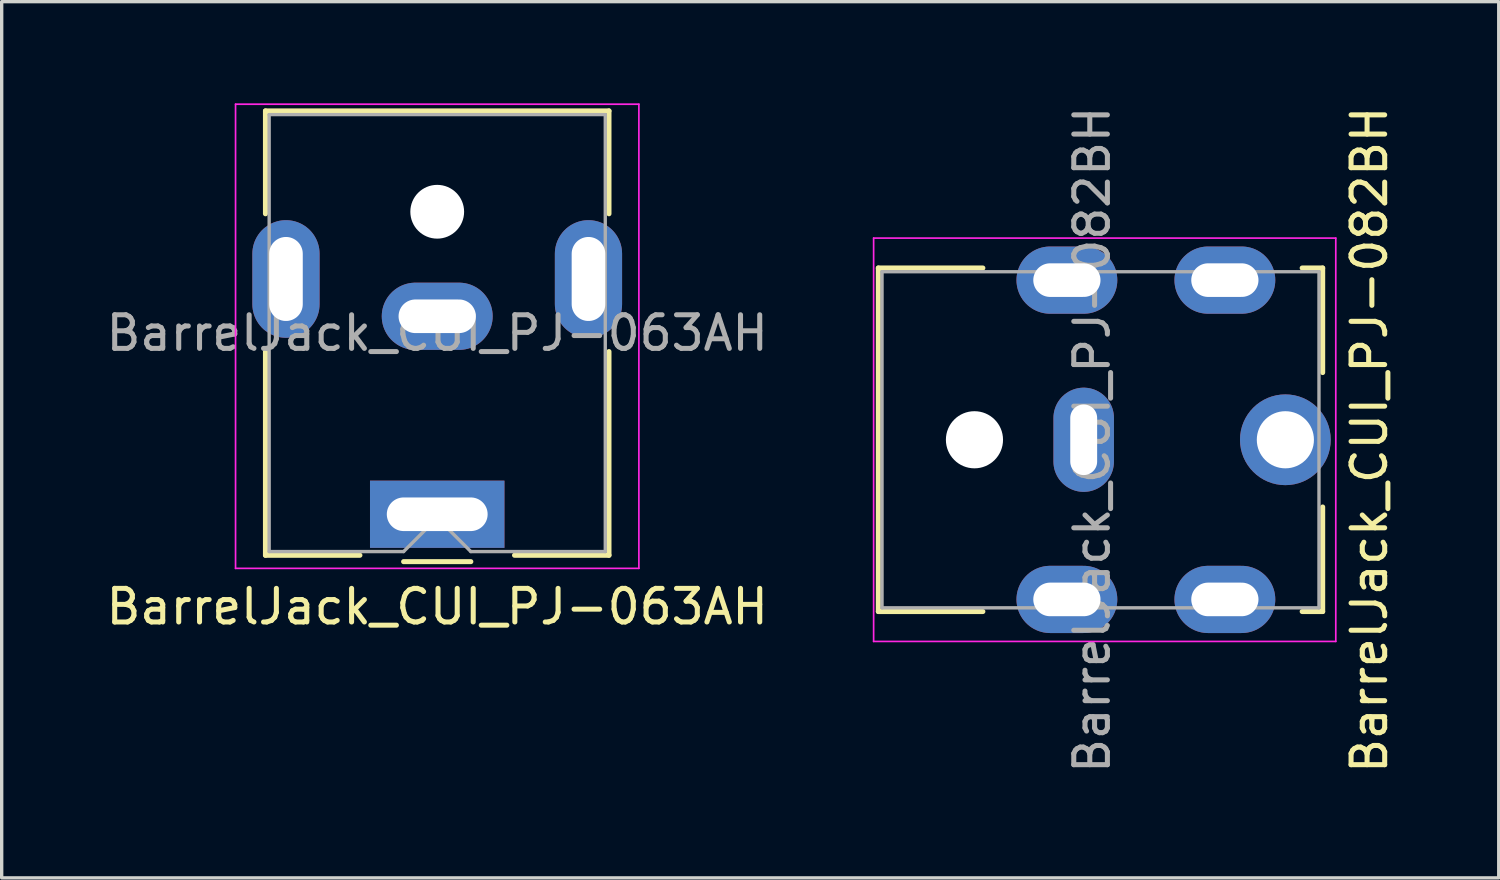
<source format=kicad_pcb>
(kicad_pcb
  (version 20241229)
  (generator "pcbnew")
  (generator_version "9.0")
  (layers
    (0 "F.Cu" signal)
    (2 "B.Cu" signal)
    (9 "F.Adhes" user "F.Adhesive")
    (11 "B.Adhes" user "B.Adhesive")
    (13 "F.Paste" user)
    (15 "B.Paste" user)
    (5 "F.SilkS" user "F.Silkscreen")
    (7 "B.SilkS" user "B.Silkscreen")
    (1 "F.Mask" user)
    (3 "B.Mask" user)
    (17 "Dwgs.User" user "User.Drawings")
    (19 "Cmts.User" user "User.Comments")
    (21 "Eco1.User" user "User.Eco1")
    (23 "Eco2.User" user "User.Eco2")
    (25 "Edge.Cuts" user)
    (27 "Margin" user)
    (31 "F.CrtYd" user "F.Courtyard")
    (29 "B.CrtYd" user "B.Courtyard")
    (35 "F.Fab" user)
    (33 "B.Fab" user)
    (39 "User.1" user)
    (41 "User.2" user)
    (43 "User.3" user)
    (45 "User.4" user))
  (footprint "BarrelJack_CUI_PJ-063AH"
    (layer "F.Cu")
    (at 9.958 0.25)
    (property "Reference" "BarrelJack_CUI_PJ-063AH" (at 0 14.75 0) (layer "F.SilkS") (effects (font (size 1 1) (thickness 0.15))))
    (attr through_hole)
    (fp_line (start -5.11 0) (end 5.11 0) (stroke (width 0.15) (type solid)) (layer "F.SilkS"))
    (fp_line (start -5.11 3.06) (end -5.11 0) (stroke (width 0.15) (type solid)) (layer "F.SilkS"))
    (fp_line (start -5.11 13.22) (end -5.11 7.16) (stroke (width 0.15) (type solid)) (layer "F.SilkS"))
    (fp_line (start -2.3 13.22) (end -5.11 13.22) (stroke (width 0.15) (type solid)) (layer "F.SilkS"))
    (fp_line (start 1 13.41) (end -1 13.41) (stroke (width 0.15) (type solid)) (layer "F.SilkS"))
    (fp_line (start 5.11 0) (end 5.11 3.06) (stroke (width 0.15) (type solid)) (layer "F.SilkS"))
    (fp_line (start 5.11 7.16) (end 5.11 13.22) (stroke (width 0.15) (type solid)) (layer "F.SilkS"))
    (fp_line (start 5.11 13.22) (end 2.3 13.22) (stroke (width 0.15) (type solid)) (layer "F.SilkS"))
    (fp_line (start -6 -0.2) (end -6 13.61) (stroke (width 0.05) (type solid)) (layer "F.CrtYd"))
    (fp_line (start -6 13.61) (end 6 13.61) (stroke (width 0.05) (type solid)) (layer "F.CrtYd"))
    (fp_line (start 6 -0.2) (end -6 -0.2) (stroke (width 0.05) (type solid)) (layer "F.CrtYd"))
    (fp_line (start 6 13.61) (end 6 -0.2) (stroke (width 0.05) (type solid)) (layer "F.CrtYd"))
    (fp_line (start -5 0.11) (end 5 0.11) (stroke (width 0.1) (type solid)) (layer "F.Fab"))
    (fp_line (start -5 13.11) (end -5 0.11) (stroke (width 0.1) (type solid)) (layer "F.Fab"))
    (fp_line (start -1 13.11) (end -5 13.11) (stroke (width 0.1) (type solid)) (layer "F.Fab"))
    (fp_line (start 0 12.11) (end -1 13.11) (stroke (width 0.1) (type solid)) (layer "F.Fab"))
    (fp_line (start 1 13.11) (end 0 12.11) (stroke (width 0.1) (type solid)) (layer "F.Fab"))
    (fp_line (start 5 0.11) (end 5 13.11) (stroke (width 0.1) (type solid)) (layer "F.Fab"))
    (fp_line (start 5 13.11) (end 1 13.11) (stroke (width 0.1) (type solid)) (layer "F.Fab"))
    (fp_text user "${REFERENCE}" (at 0 6.61 180) (layer "F.Fab") (effects (font (size 1 1) (thickness 0.15))))
    (pad "" np_thru_hole circle (at 0 3 180) (size 1.6 1.6) (drill 1.6) (layers "*.Cu" "*.Mask"))
    (pad "1" thru_hole rect (at 0 12 180) (size 4 2) (drill oval 3 1) (layers "*.Cu" "*.Mask"))
    (pad "2" thru_hole oval (at 0 6.11 180) (size 3.3 2) (drill oval 2.3 1) (layers "*.Cu" "*.Mask"))
    (pad "MP" thru_hole oval (at -4.5 5 180) (size 2 3.5) (drill oval 1 2.5) (layers "*.Cu" "*.Mask"))
    (pad "MP" thru_hole oval (at 4.5 5 180) (size 2 3.5) (drill oval 1 2.5) (layers "*.Cu" "*.Mask")))
  (footprint "BarrelJack_CUI_PJ-082BH"
    (layer "F.Cu")
    (at 23.192 10.034)
    (property "Reference" "BarrelJack_CUI_PJ-082BH" (at 14.5 0 90) (layer "F.SilkS") (effects (font (size 1 1) (thickness 0.15))))
    (attr through_hole)
    (fp_line (start -0.11 -5.11) (end 3 -5.11) (stroke (width 0.15) (type solid)) (layer "F.SilkS"))
    (fp_line (start -0.11 5.11) (end -0.11 -5.11) (stroke (width 0.15) (type solid)) (layer "F.SilkS"))
    (fp_line (start 3 5.11) (end -0.11 5.11) (stroke (width 0.15) (type solid)) (layer "F.SilkS"))
    (fp_line (start 12.5 -5.11) (end 13.11 -5.11) (stroke (width 0.15) (type solid)) (layer "F.SilkS"))
    (fp_line (start 12.5 5.11) (end 13.11 5.11) (stroke (width 0.15) (type solid)) (layer "F.SilkS"))
    (fp_line (start 13.11 -5.11) (end 13.11 -2) (stroke (width 0.15) (type solid)) (layer "F.SilkS"))
    (fp_line (start 13.11 5.11) (end 13.11 2) (stroke (width 0.15) (type solid)) (layer "F.SilkS"))
    (fp_line (start -0.25 -6) (end 13.5 -6) (stroke (width 0.05) (type solid)) (layer "F.CrtYd"))
    (fp_line (start -0.25 6) (end -0.25 -6) (stroke (width 0.05) (type solid)) (layer "F.CrtYd"))
    (fp_line (start 13.5 -6) (end 13.5 6) (stroke (width 0.05) (type solid)) (layer "F.CrtYd"))
    (fp_line (start 13.5 6) (end -0.25 6) (stroke (width 0.05) (type solid)) (layer "F.CrtYd"))
    (fp_line (start 0 -5) (end 13 -5) (stroke (width 0.1) (type solid)) (layer "F.Fab"))
    (fp_line (start 0 5) (end 0 -5) (stroke (width 0.1) (type solid)) (layer "F.Fab"))
    (fp_line (start 13 -5) (end 13 5) (stroke (width 0.1) (type solid)) (layer "F.Fab"))
    (fp_line (start 13 5) (end 0 5) (stroke (width 0.1) (type solid)) (layer "F.Fab"))
    (fp_text user "${REFERENCE}" (at 6.25 0 90) (unlocked yes) (layer "F.Fab") (effects (font (size 1 1) (thickness 0.15))))
    (pad "" np_thru_hole circle (at 2.75 0) (size 1.7 1.7) (drill 1.7) (layers "*.Cu" "*.Mask"))
    (pad "1" thru_hole circle (at 12 0) (size 2.7 2.7) (drill 1.7) (layers "*.Cu" "*.Mask"))
    (pad "2" thru_hole oval (at 6 0) (size 1.8 3.1) (drill oval 0.8 2.1) (layers "*.Cu" "*.Mask"))
    (pad "MP" thru_hole oval (at 5.5 -4.75) (size 3 2) (drill oval 2 1) (layers "*.Cu" "*.Mask"))
    (pad "MP" thru_hole oval (at 5.5 4.75) (size 3 2) (drill oval 2 1) (layers "*.Cu" "*.Mask"))
    (pad "MP" thru_hole oval (at 10.2 -4.75) (size 3 2) (drill oval 2 1) (layers "*.Cu" "*.Mask"))
    (pad "MP" thru_hole oval (at 10.2 4.75) (size 3 2) (drill oval 2 1) (layers "*.Cu" "*.Mask")))
  (gr_rect
    (start -3 -3)
    (end 41.54 23.068)
    (stroke (width 0.1) (type default))
    (fill no)
    (layer "Edge.Cuts")))
</source>
